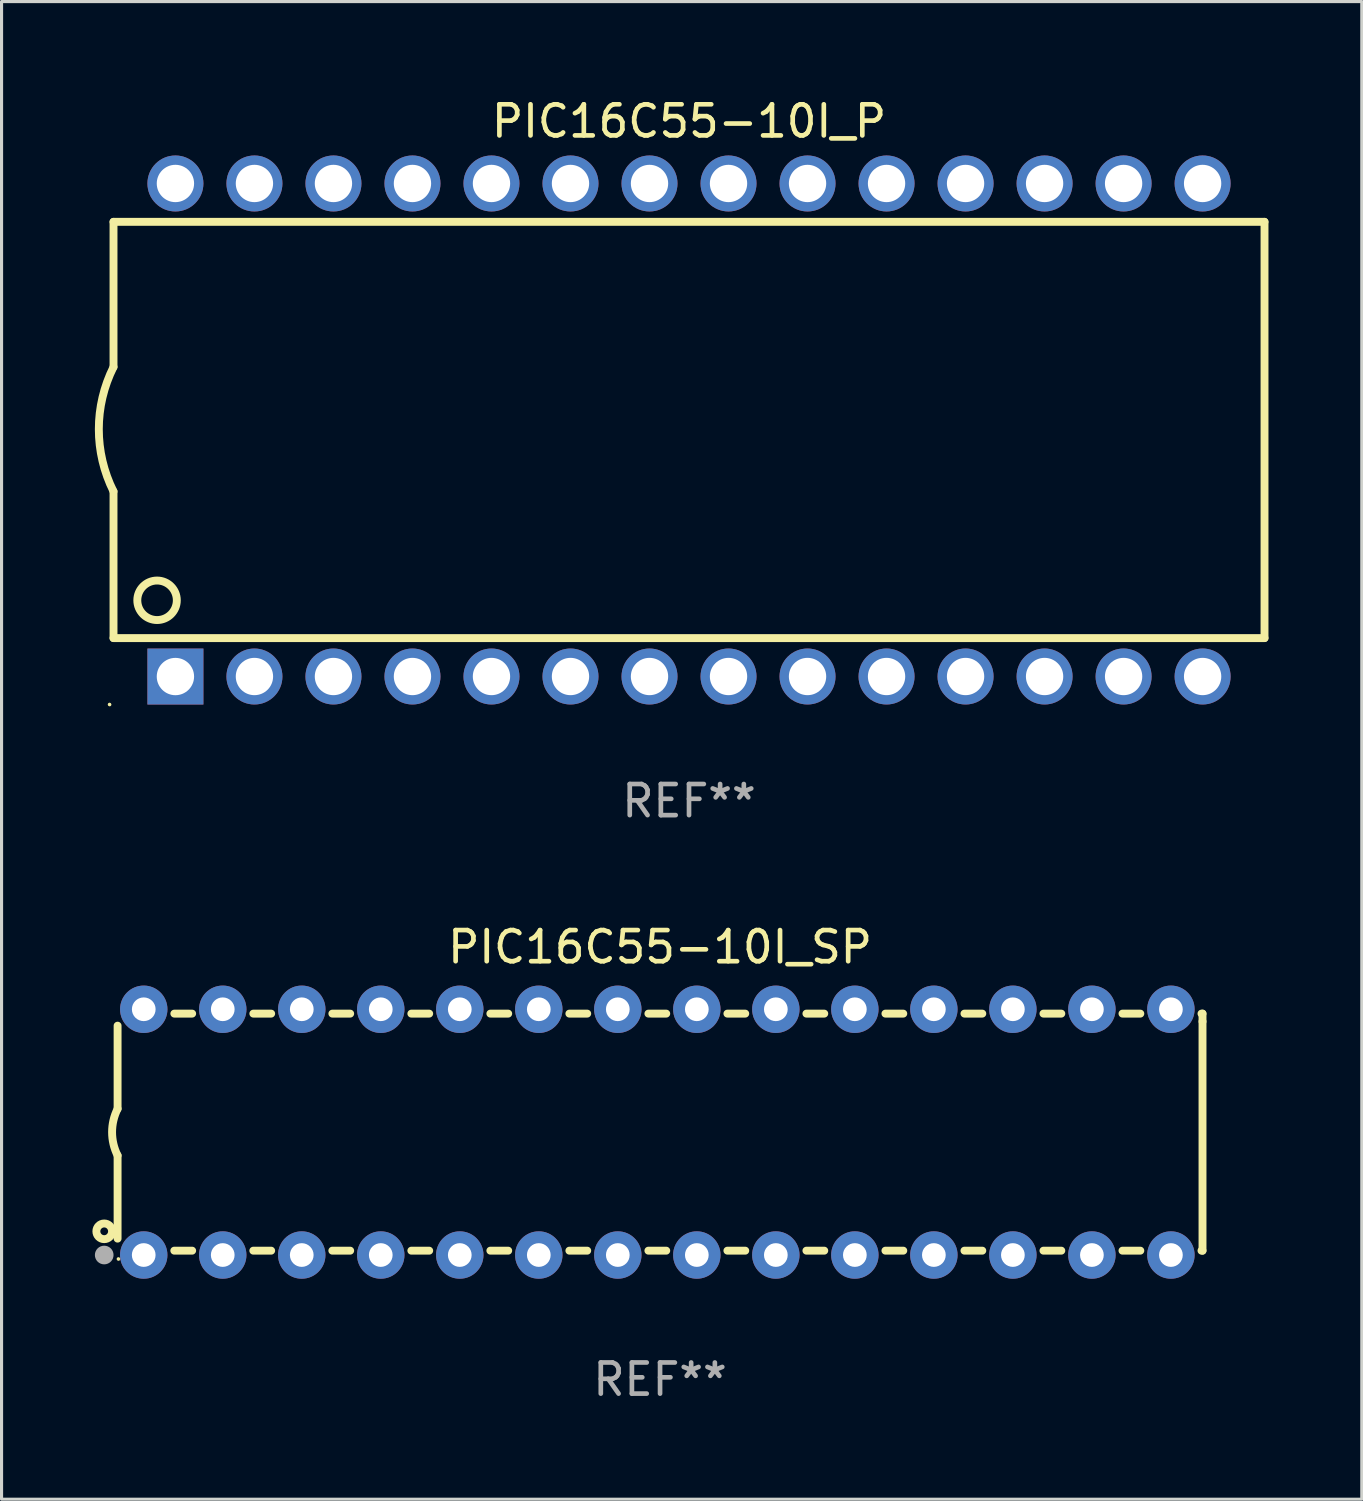
<source format=kicad_pcb>
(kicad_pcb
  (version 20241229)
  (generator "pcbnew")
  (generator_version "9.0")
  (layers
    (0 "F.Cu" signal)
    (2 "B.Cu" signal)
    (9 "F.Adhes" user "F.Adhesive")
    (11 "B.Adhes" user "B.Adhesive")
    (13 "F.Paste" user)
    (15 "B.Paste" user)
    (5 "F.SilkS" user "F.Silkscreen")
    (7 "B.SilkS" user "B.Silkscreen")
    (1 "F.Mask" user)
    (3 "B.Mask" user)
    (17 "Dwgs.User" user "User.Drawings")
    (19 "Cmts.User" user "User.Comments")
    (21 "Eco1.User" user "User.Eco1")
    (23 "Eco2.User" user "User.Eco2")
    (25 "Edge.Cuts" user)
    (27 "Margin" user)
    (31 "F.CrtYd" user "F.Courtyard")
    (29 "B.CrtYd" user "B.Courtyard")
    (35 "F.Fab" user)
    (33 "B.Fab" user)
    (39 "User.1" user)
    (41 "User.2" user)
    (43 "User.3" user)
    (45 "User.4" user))
  (footprint "PIC16C55-10I_SP"
    (layer "F.Cu")
    (at 18.168 33.344)
    (property "Reference" "PIC16C55-10I_SP" (at 0 -5.95 0) (layer "F.SilkS") (effects (font (size 1 1) (thickness 0.15))))
    (attr through_hole)
    (fp_line (start -17.438 0.75) (end -17.438 3.423) (stroke (width 0.254) (type solid)) (layer "F.SilkS"))
    (fp_line (start -17.438 -3.423) (end -17.438 -0.75) (stroke (width 0.254) (type solid)) (layer "F.SilkS"))
    (fp_line (start -15.615 3.81) (end -15.041 3.81) (stroke (width 0.254) (type solid)) (layer "F.SilkS"))
    (fp_line (start -15.041 -3.81) (end -15.614 -3.81) (stroke (width 0.254) (type solid)) (layer "F.SilkS"))
    (fp_line (start -13.075 3.81) (end -12.501 3.81) (stroke (width 0.254) (type solid)) (layer "F.SilkS"))
    (fp_line (start -12.501 -3.81) (end -13.074 -3.81) (stroke (width 0.254) (type solid)) (layer "F.SilkS"))
    (fp_line (start -10.535 3.81) (end -9.961 3.81) (stroke (width 0.254) (type solid)) (layer "F.SilkS"))
    (fp_line (start -9.961 -3.81) (end -10.534 -3.81) (stroke (width 0.254) (type solid)) (layer "F.SilkS"))
    (fp_line (start -7.995 3.81) (end -7.421 3.81) (stroke (width 0.254) (type solid)) (layer "F.SilkS"))
    (fp_line (start -7.421 -3.81) (end -7.995 -3.81) (stroke (width 0.254) (type solid)) (layer "F.SilkS"))
    (fp_line (start -5.455 3.81) (end -4.881 3.81) (stroke (width 0.254) (type solid)) (layer "F.SilkS"))
    (fp_line (start -4.881 -3.81) (end -5.455 -3.81) (stroke (width 0.254) (type solid)) (layer "F.SilkS"))
    (fp_line (start -2.915 3.81) (end -2.341 3.81) (stroke (width 0.254) (type solid)) (layer "F.SilkS"))
    (fp_line (start -2.341 -3.81) (end -2.915 -3.81) (stroke (width 0.254) (type solid)) (layer "F.SilkS"))
    (fp_line (start -0.375 3.81) (end 0.199 3.81) (stroke (width 0.254) (type solid)) (layer "F.SilkS"))
    (fp_line (start 0.199 -3.81) (end -0.375 -3.81) (stroke (width 0.254) (type solid)) (layer "F.SilkS"))
    (fp_line (start 2.165 3.81) (end 2.739 3.81) (stroke (width 0.254) (type solid)) (layer "F.SilkS"))
    (fp_line (start 2.739 -3.81) (end 2.165 -3.81) (stroke (width 0.254) (type solid)) (layer "F.SilkS"))
    (fp_line (start 4.705 3.81) (end 5.279 3.81) (stroke (width 0.254) (type solid)) (layer "F.SilkS"))
    (fp_line (start 5.279 -3.81) (end 4.705 -3.81) (stroke (width 0.254) (type solid)) (layer "F.SilkS"))
    (fp_line (start 7.245 3.81) (end 7.819 3.81) (stroke (width 0.254) (type solid)) (layer "F.SilkS"))
    (fp_line (start 7.819 -3.81) (end 7.245 -3.81) (stroke (width 0.254) (type solid)) (layer "F.SilkS"))
    (fp_line (start 9.785 3.81) (end 10.359 3.81) (stroke (width 0.254) (type solid)) (layer "F.SilkS"))
    (fp_line (start 10.359 -3.81) (end 9.785 -3.81) (stroke (width 0.254) (type solid)) (layer "F.SilkS"))
    (fp_line (start 12.325 3.81) (end 12.899 3.81) (stroke (width 0.254) (type solid)) (layer "F.SilkS"))
    (fp_line (start 12.899 -3.81) (end 12.325 -3.81) (stroke (width 0.254) (type solid)) (layer "F.SilkS"))
    (fp_line (start 14.865 3.81) (end 15.439 3.81) (stroke (width 0.254) (type solid)) (layer "F.SilkS"))
    (fp_line (start 15.439 -3.81) (end 14.865 -3.81) (stroke (width 0.254) (type solid)) (layer "F.SilkS"))
    (fp_line (start 17.405 3.81) (end 17.438 3.81) (stroke (width 0.254) (type solid)) (layer "F.SilkS"))
    (fp_line (start 17.438 -3.81) (end 17.405 -3.81) (stroke (width 0.254) (type solid)) (layer "F.SilkS"))
    (fp_line (start 17.438 -3.556) (end 17.438 -3.81) (stroke (width 0.254) (type solid)) (layer "F.SilkS"))
    (fp_line (start 17.438 3.81) (end 17.438 -3.556) (stroke (width 0.254) (type solid)) (layer "F.SilkS"))
    (fp_arc (start -17.437986 0.749657) (mid -17.614887 -0.000024) (end -17.437783 -0.749657) (stroke (width 0.254001) (type solid)) (layer "F.SilkS"))
    (fp_circle (center -17.868 3.188) (end -17.743 3.188) (stroke (width 0.254) (type solid)) (fill no) (layer "F.SilkS"))
    (fp_circle (center -17.411 4.077) (end -17.381 4.077) (stroke (width 0.06) (type solid)) (fill no) (layer "F.SilkS"))
    (fp_circle (center -17.868 3.95) (end -17.718 3.95) (stroke (width 0.3) (type solid)) (fill no) (layer "F.Fab"))
    (fp_text user "REF**" (at 0 7.95 0) (layer "F.Fab") (effects (font (size 1 1) (thickness 0.15))))
    (pad "1" thru_hole circle (at -16.598 3.95) (size 1.524 1.524) (drill 0.762) (layers "*.Cu" "*.Mask"))
    (pad "2" thru_hole circle (at -14.058 3.95) (size 1.524 1.524) (drill 0.762) (layers "*.Cu" "*.Mask"))
    (pad "3" thru_hole circle (at -11.518 3.95) (size 1.524 1.524) (drill 0.762) (layers "*.Cu" "*.Mask"))
    (pad "4" thru_hole circle (at -8.978 3.95) (size 1.524 1.524) (drill 0.762) (layers "*.Cu" "*.Mask"))
    (pad "5" thru_hole circle (at -6.438 3.95) (size 1.524 1.524) (drill 0.762) (layers "*.Cu" "*.Mask"))
    (pad "6" thru_hole circle (at -3.898 3.95) (size 1.524 1.524) (drill 0.762) (layers "*.Cu" "*.Mask"))
    (pad "7" thru_hole circle (at -1.358 3.95) (size 1.524 1.524) (drill 0.762) (layers "*.Cu" "*.Mask"))
    (pad "8" thru_hole circle (at 1.182 3.95) (size 1.524 1.524) (drill 0.762) (layers "*.Cu" "*.Mask"))
    (pad "9" thru_hole circle (at 3.722 3.95) (size 1.524 1.524) (drill 0.762) (layers "*.Cu" "*.Mask"))
    (pad "10" thru_hole circle (at 6.262 3.95) (size 1.524 1.524) (drill 0.762) (layers "*.Cu" "*.Mask"))
    (pad "11" thru_hole circle (at 8.802 3.95) (size 1.524 1.524) (drill 0.762) (layers "*.Cu" "*.Mask"))
    (pad "12" thru_hole circle (at 11.342 3.95) (size 1.524 1.524) (drill 0.762) (layers "*.Cu" "*.Mask"))
    (pad "13" thru_hole circle (at 13.882 3.95) (size 1.524 1.524) (drill 0.762) (layers "*.Cu" "*.Mask"))
    (pad "14" thru_hole circle (at 16.422 3.95) (size 1.524 1.524) (drill 0.762) (layers "*.Cu" "*.Mask"))
    (pad "15" thru_hole circle (at 16.422 -3.95) (size 1.524 1.524) (drill 0.762) (layers "*.Cu" "*.Mask"))
    (pad "16" thru_hole circle (at 13.882 -3.95) (size 1.524 1.524) (drill 0.762) (layers "*.Cu" "*.Mask"))
    (pad "17" thru_hole circle (at 11.342 -3.95) (size 1.524 1.524) (drill 0.762) (layers "*.Cu" "*.Mask"))
    (pad "18" thru_hole circle (at 8.802 -3.95) (size 1.524 1.524) (drill 0.762) (layers "*.Cu" "*.Mask"))
    (pad "19" thru_hole circle (at 6.262 -3.95) (size 1.524 1.524) (drill 0.762) (layers "*.Cu" "*.Mask"))
    (pad "20" thru_hole circle (at 3.722 -3.95) (size 1.524 1.524) (drill 0.762) (layers "*.Cu" "*.Mask"))
    (pad "21" thru_hole circle (at 1.182 -3.95) (size 1.524 1.524) (drill 0.762) (layers "*.Cu" "*.Mask"))
    (pad "22" thru_hole circle (at -1.358 -3.95) (size 1.524 1.524) (drill 0.762) (layers "*.Cu" "*.Mask"))
    (pad "23" thru_hole circle (at -3.898 -3.95) (size 1.524 1.524) (drill 0.762) (layers "*.Cu" "*.Mask"))
    (pad "24" thru_hole circle (at -6.438 -3.95) (size 1.524 1.524) (drill 0.762) (layers "*.Cu" "*.Mask"))
    (pad "25" thru_hole circle (at -8.978 -3.95) (size 1.524 1.524) (drill 0.762) (layers "*.Cu" "*.Mask"))
    (pad "26" thru_hole circle (at -11.517 -3.95) (size 1.524 1.524) (drill 0.762) (layers "*.Cu" "*.Mask"))
    (pad "27" thru_hole circle (at -14.057 -3.95) (size 1.524 1.524) (drill 0.762) (layers "*.Cu" "*.Mask"))
    (pad "28" thru_hole circle (at -16.597 -3.95) (size 1.524 1.524) (drill 0.762) (layers "*.Cu" "*.Mask")))
  (footprint "PIC16C55-10I_P"
    (layer "F.Cu")
    (at 19.099 10.773)
    (property "Reference" "PIC16C55-10I_P" (at 0 -9.925 0) (layer "F.SilkS") (effects (font (size 1 1) (thickness 0.15))))
    (attr through_hole)
    (fp_line (start -18.5 -6.692) (end -18.5 -2.026) (stroke (width 0.254) (type solid)) (layer "F.SilkS"))
    (fp_line (start -18.5 6.689) (end -18.5 1.974) (stroke (width 0.254) (type solid)) (layer "F.SilkS"))
    (fp_line (start -18.5 6.689) (end 18.5 6.689) (stroke (width 0.254) (type solid)) (layer "F.SilkS"))
    (fp_line (start 18.5 -6.692) (end -18.5 -6.692) (stroke (width 0.254) (type solid)) (layer "F.SilkS"))
    (fp_line (start 18.5 6.689) (end 18.5 -6.692) (stroke (width 0.254) (type solid)) (layer "F.SilkS"))
    (fp_arc (start -18.500051 1.974346) (mid -18.972187 -0.025654) (end -18.500051 -2.025654) (stroke (width 0.254001) (type solid)) (layer "F.SilkS"))
    (fp_circle (center -18.627 8.824) (end -18.597 8.824) (stroke (width 0.06) (type solid)) (fill no) (layer "F.SilkS"))
    (fp_circle (center -17.1 5.474) (end -16.465 5.474) (stroke (width 0.254) (type solid)) (fill no) (layer "F.SilkS"))
    (fp_text user "REF**" (at 0 11.925 0) (layer "F.Fab") (effects (font (size 1 1) (thickness 0.15))))
    (pad "1" thru_hole rect (at -16.51 7.925) (size 1.8 1.8) (drill 1.2) (layers "*.Cu" "*.Mask"))
    (pad "2" thru_hole circle (at -13.97 7.924) (size 1.8 1.8) (drill 1.2) (layers "*.Cu" "*.Mask"))
    (pad "3" thru_hole circle (at -11.43 7.924) (size 1.8 1.8) (drill 1.2) (layers "*.Cu" "*.Mask"))
    (pad "4" thru_hole circle (at -8.89 7.924) (size 1.8 1.8) (drill 1.2) (layers "*.Cu" "*.Mask"))
    (pad "5" thru_hole circle (at -6.35 7.924) (size 1.8 1.8) (drill 1.2) (layers "*.Cu" "*.Mask"))
    (pad "6" thru_hole circle (at -3.81 7.924) (size 1.8 1.8) (drill 1.2) (layers "*.Cu" "*.Mask"))
    (pad "7" thru_hole circle (at -1.27 7.924) (size 1.8 1.8) (drill 1.2) (layers "*.Cu" "*.Mask"))
    (pad "8" thru_hole circle (at 1.27 7.924) (size 1.8 1.8) (drill 1.2) (layers "*.Cu" "*.Mask"))
    (pad "9" thru_hole circle (at 3.81 7.924) (size 1.8 1.8) (drill 1.2) (layers "*.Cu" "*.Mask"))
    (pad "10" thru_hole circle (at 6.35 7.924) (size 1.8 1.8) (drill 1.2) (layers "*.Cu" "*.Mask"))
    (pad "11" thru_hole circle (at 8.89 7.924) (size 1.8 1.8) (drill 1.2) (layers "*.Cu" "*.Mask"))
    (pad "12" thru_hole circle (at 11.43 7.924) (size 1.8 1.8) (drill 1.2) (layers "*.Cu" "*.Mask"))
    (pad "13" thru_hole circle (at 13.97 7.924) (size 1.8 1.8) (drill 1.2) (layers "*.Cu" "*.Mask"))
    (pad "14" thru_hole circle (at 16.51 7.924) (size 1.8 1.8) (drill 1.2) (layers "*.Cu" "*.Mask"))
    (pad "15" thru_hole circle (at 16.51 -7.925) (size 1.8 1.8) (drill 1.2) (layers "*.Cu" "*.Mask"))
    (pad "16" thru_hole circle (at 13.97 -7.925) (size 1.8 1.8) (drill 1.2) (layers "*.Cu" "*.Mask"))
    (pad "17" thru_hole circle (at 11.43 -7.925) (size 1.8 1.8) (drill 1.2) (layers "*.Cu" "*.Mask"))
    (pad "18" thru_hole circle (at 8.89 -7.925) (size 1.8 1.8) (drill 1.2) (layers "*.Cu" "*.Mask"))
    (pad "19" thru_hole circle (at 6.35 -7.925) (size 1.8 1.8) (drill 1.2) (layers "*.Cu" "*.Mask"))
    (pad "20" thru_hole circle (at 3.81 -7.925) (size 1.8 1.8) (drill 1.2) (layers "*.Cu" "*.Mask"))
    (pad "21" thru_hole circle (at 1.27 -7.925) (size 1.8 1.8) (drill 1.2) (layers "*.Cu" "*.Mask"))
    (pad "22" thru_hole circle (at -1.27 -7.925) (size 1.8 1.8) (drill 1.2) (layers "*.Cu" "*.Mask"))
    (pad "23" thru_hole circle (at -3.81 -7.925) (size 1.8 1.8) (drill 1.2) (layers "*.Cu" "*.Mask"))
    (pad "24" thru_hole circle (at -6.35 -7.925) (size 1.8 1.8) (drill 1.2) (layers "*.Cu" "*.Mask"))
    (pad "25" thru_hole circle (at -8.89 -7.925) (size 1.8 1.8) (drill 1.2) (layers "*.Cu" "*.Mask"))
    (pad "26" thru_hole circle (at -11.43 -7.925) (size 1.8 1.8) (drill 1.2) (layers "*.Cu" "*.Mask"))
    (pad "27" thru_hole circle (at -13.97 -7.925) (size 1.8 1.8) (drill 1.2) (layers "*.Cu" "*.Mask"))
    (pad "28" thru_hole circle (at -16.51 -7.925) (size 1.8 1.8) (drill 1.2) (layers "*.Cu" "*.Mask")))
  (gr_rect
    (start -3 -3)
    (end 40.726 45.143)
    (stroke (width 0.1) (type default))
    (fill no)
    (layer "Edge.Cuts")))
</source>
